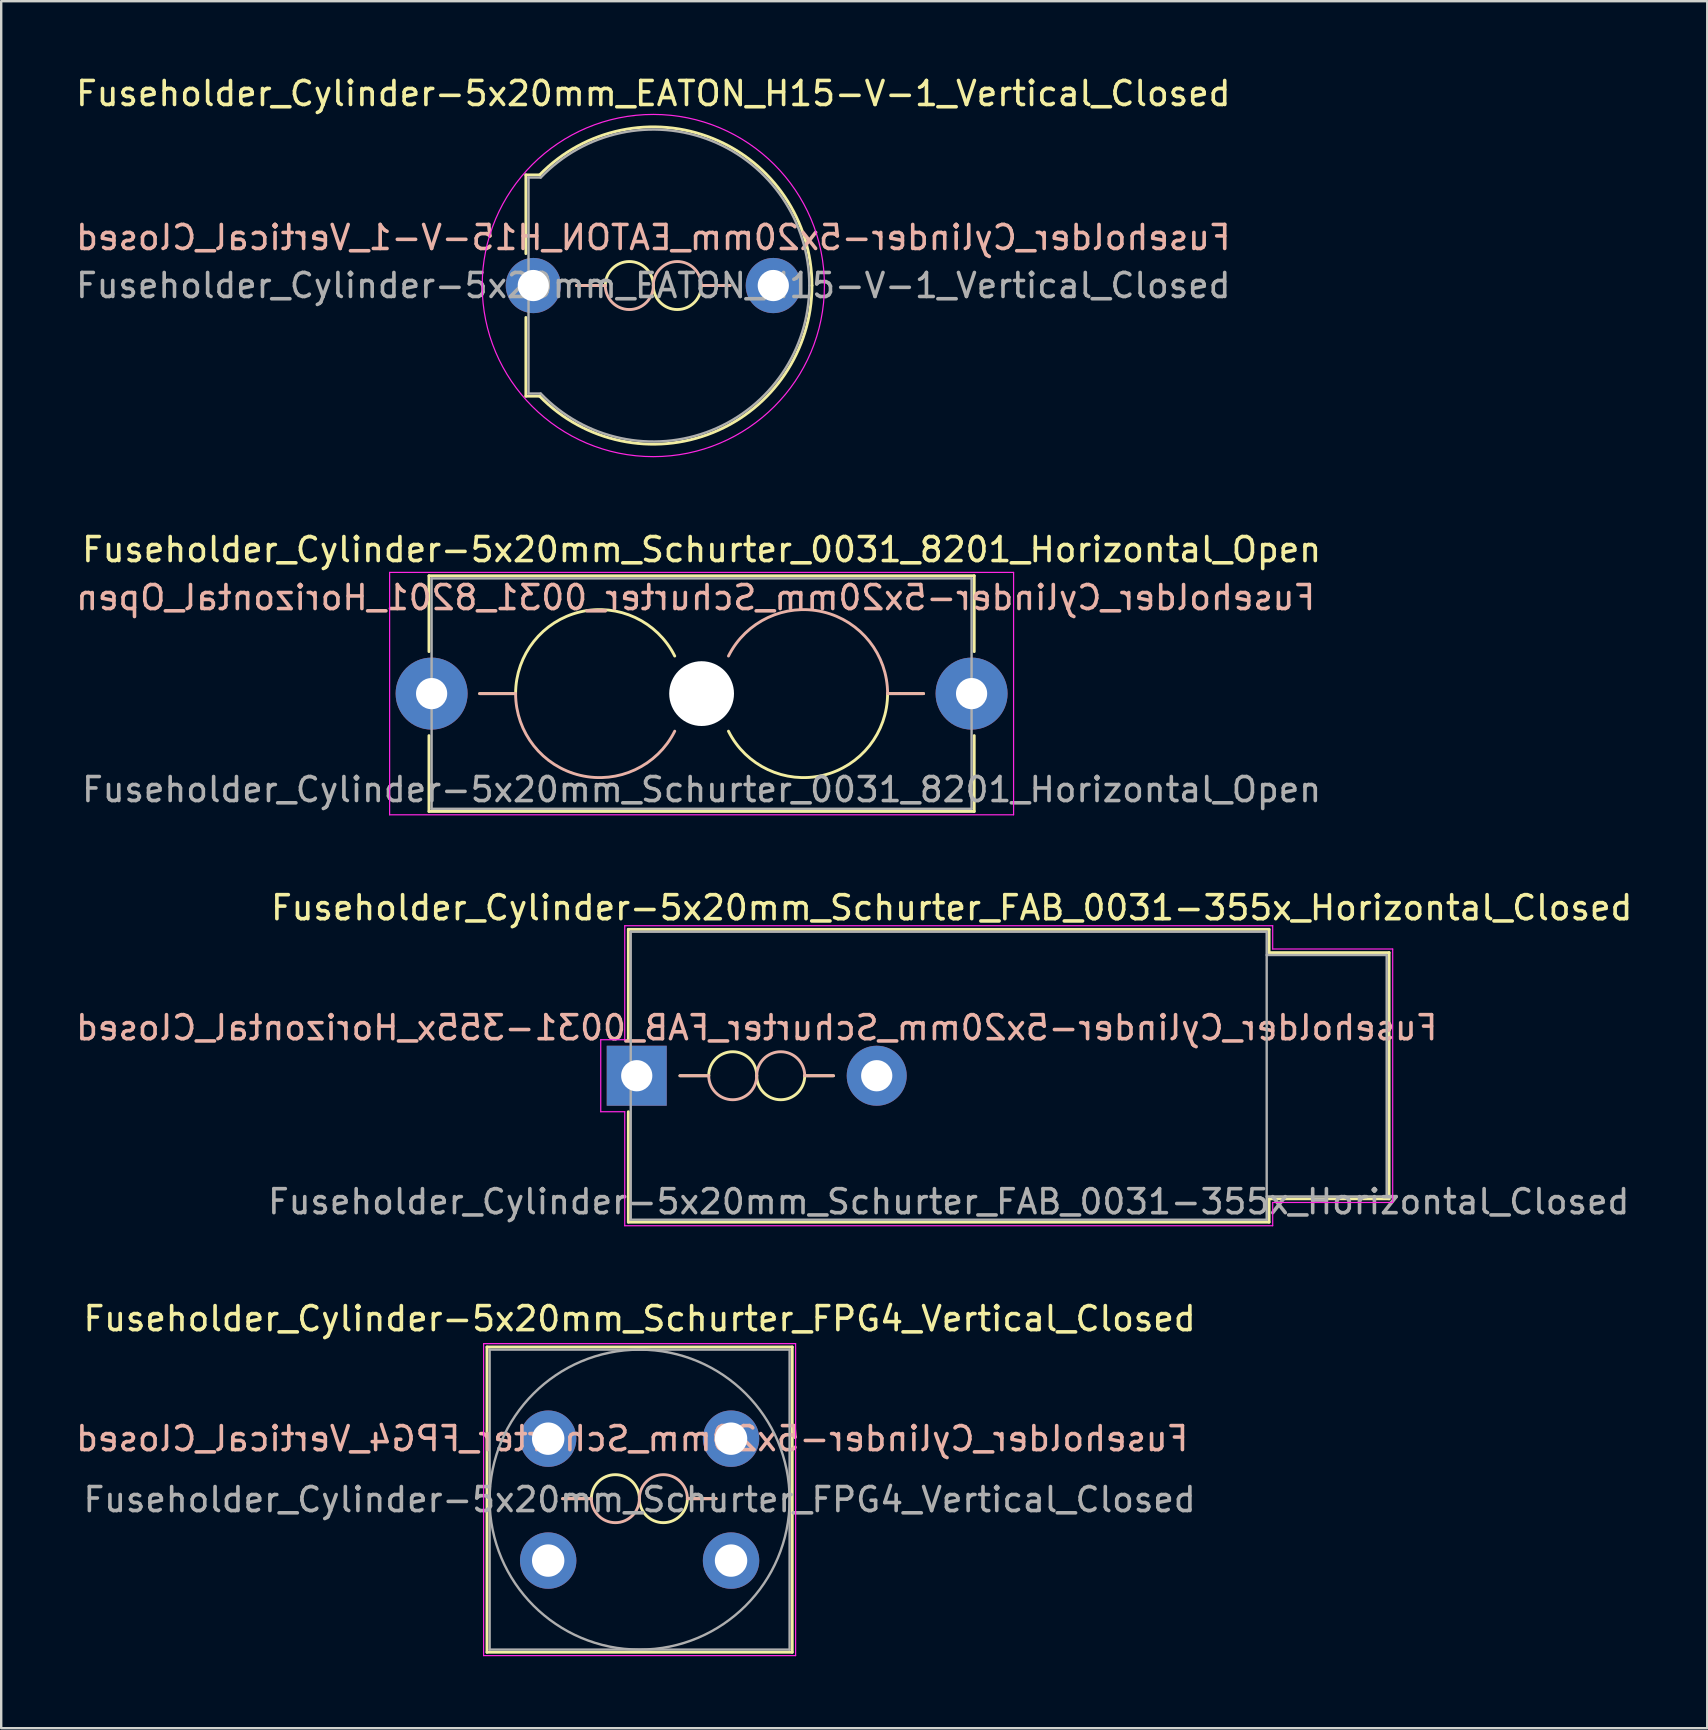
<source format=kicad_pcb>
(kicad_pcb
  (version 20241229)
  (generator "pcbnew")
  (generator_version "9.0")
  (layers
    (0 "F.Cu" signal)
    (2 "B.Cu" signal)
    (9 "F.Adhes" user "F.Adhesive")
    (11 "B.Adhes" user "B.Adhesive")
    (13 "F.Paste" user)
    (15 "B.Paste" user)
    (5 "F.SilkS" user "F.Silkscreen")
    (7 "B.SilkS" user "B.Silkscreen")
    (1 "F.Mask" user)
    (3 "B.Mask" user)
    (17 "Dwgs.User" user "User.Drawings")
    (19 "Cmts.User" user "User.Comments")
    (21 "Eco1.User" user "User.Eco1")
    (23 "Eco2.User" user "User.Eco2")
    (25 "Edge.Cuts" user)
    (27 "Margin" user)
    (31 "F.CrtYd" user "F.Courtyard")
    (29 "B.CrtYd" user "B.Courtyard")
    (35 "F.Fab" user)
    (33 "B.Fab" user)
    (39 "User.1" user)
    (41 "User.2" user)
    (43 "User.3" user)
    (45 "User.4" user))
  (footprint "Fuseholder_Cylinder-5x20mm_Schurter_FPG4_Vertical_Closed"
    (layer "F.Cu")
    (at 19.792 56.898)
    (property "Reference" "Fuseholder_Cylinder-5x20mm_Schurter_FPG4_Vertical_Closed" (at 3.81 -5 0) (layer "F.SilkS") (effects (font (size 1 1) (thickness 0.15))))
    (fp_line (start -2.55 -3.82) (end 10.17 -3.82) (stroke (width 0.12) (type solid)) (layer "F.SilkS"))
    (fp_line (start -2.55 8.9) (end -2.55 -3.82) (stroke (width 0.12) (type solid)) (layer "F.SilkS"))
    (fp_line (start 1.8 2.5) (end 0.6 2.5) (stroke (width 0.12) (type solid)) (layer "F.SilkS"))
    (fp_line (start 7 2.5) (end 5.8 2.5) (stroke (width 0.12) (type solid)) (layer "F.SilkS"))
    (fp_line (start 10.17 -3.82) (end 10.17 8.9) (stroke (width 0.12) (type solid)) (layer "F.SilkS"))
    (fp_line (start 10.17 8.9) (end -2.55 8.9) (stroke (width 0.12) (type solid)) (layer "F.SilkS"))
    (fp_arc (start 1.8 2.5) (mid 2.8 1.5) (end 3.8 2.5) (stroke (width 0.12) (type solid)) (layer "F.SilkS"))
    (fp_arc (start 5.8 2.5) (mid 4.8 3.5) (end 3.8 2.5) (stroke (width 0.12) (type solid)) (layer "F.SilkS"))
    (fp_line (start 0.6 2.5) (end 1.8 2.5) (stroke (width 0.12) (type solid)) (layer "B.SilkS"))
    (fp_line (start 5.8 2.5) (end 7 2.5) (stroke (width 0.12) (type solid)) (layer "B.SilkS"))
    (fp_arc (start 3.8 2.5) (mid 2.8 3.5) (end 1.8 2.5) (stroke (width 0.12) (type solid)) (layer "B.SilkS"))
    (fp_arc (start 3.8 2.5) (mid 4.8 1.5) (end 5.8 2.5) (stroke (width 0.12) (type solid)) (layer "B.SilkS"))
    (fp_line (start -2.69 -3.96) (end 10.31 -3.96) (stroke (width 0.05) (type solid)) (layer "F.CrtYd"))
    (fp_line (start -2.69 9.04) (end -2.69 -3.96) (stroke (width 0.05) (type solid)) (layer "F.CrtYd"))
    (fp_line (start 10.31 -3.96) (end 10.31 9.04) (stroke (width 0.05) (type solid)) (layer "F.CrtYd"))
    (fp_line (start 10.31 9.04) (end -2.69 9.04) (stroke (width 0.05) (type solid)) (layer "F.CrtYd"))
    (fp_line (start -2.44 -3.71) (end 10.06 -3.71) (stroke (width 0.1) (type solid)) (layer "F.Fab"))
    (fp_line (start -2.44 8.79) (end -2.44 -3.71) (stroke (width 0.1) (type solid)) (layer "F.Fab"))
    (fp_line (start 10.06 -3.71) (end 10.06 8.79) (stroke (width 0.1) (type solid)) (layer "F.Fab"))
    (fp_line (start 10.06 8.79) (end -2.44 8.79) (stroke (width 0.1) (type solid)) (layer "F.Fab"))
    (fp_circle (center 3.81 2.54) (end 10.06 2.54) (stroke (width 0.1) (type solid)) (fill no) (layer "F.Fab"))
    (fp_text user "${REFERENCE}" (at 3.5 0 0) (layer "B.SilkS") (effects (font (size 1 1) (thickness 0.15)) (justify mirror)))
    (fp_text user "${REFERENCE}" (at 3.81 2.54 0) (layer "F.Fab") (effects (font (size 1 1) (thickness 0.15))))
    (pad "1" thru_hole circle (at 0 0) (size 2.35 2.35) (drill 1.35) (layers "*.Cu" "*.Mask"))
    (pad "1" thru_hole circle (at 0 5.08) (size 2.35 2.35) (drill 1.35) (layers "*.Cu" "*.Mask"))
    (pad "2" thru_hole circle (at 7.62 0) (size 2.35 2.35) (drill 1.35) (layers "*.Cu" "*.Mask"))
    (pad "2" thru_hole circle (at 7.62 5.08) (size 2.35 2.35) (drill 1.35) (layers "*.Cu" "*.Mask")))
  (footprint "Fuseholder_Cylinder-5x20mm_EATON_H15-V-1_Vertical_Closed"
    (layer "F.Cu")
    (at 19.173 8.848)
    (property "Reference" "Fuseholder_Cylinder-5x20mm_EATON_H15-V-1_Vertical_Closed" (at 5 -8 0) (layer "F.SilkS") (effects (font (size 1 1) (thickness 0.15))))
    (fp_line (start -0.31 -4.61) (end -0.31 -1.33) (stroke (width 0.12) (type solid)) (layer "F.SilkS"))
    (fp_line (start -0.31 1.33) (end -0.31 4.61) (stroke (width 0.12) (type solid)) (layer "F.SilkS"))
    (fp_line (start 0.26 -4.61) (end -0.31 -4.61) (stroke (width 0.12) (type solid)) (layer "F.SilkS"))
    (fp_line (start 0.26 4.61) (end -0.31 4.61) (stroke (width 0.12) (type solid)) (layer "F.SilkS"))
    (fp_line (start 3 0) (end 1.8 0) (stroke (width 0.12) (type solid)) (layer "F.SilkS"))
    (fp_line (start 8.2 0) (end 7 0) (stroke (width 0.12) (type solid)) (layer "F.SilkS"))
    (fp_arc (start 0.261221 -4.608261) (mid 7.486842 -6.124354) (end 11.61 0) (stroke (width 0.12) (type solid)) (layer "F.SilkS"))
    (fp_arc (start 3 0) (mid 4 -1) (end 5 0) (stroke (width 0.12) (type solid)) (layer "F.SilkS"))
    (fp_arc (start 7 0) (mid 6 1) (end 5 0) (stroke (width 0.12) (type solid)) (layer "F.SilkS"))
    (fp_arc (start 11.61 0) (mid 7.486842 6.124354) (end 0.261221 4.608261) (stroke (width 0.12) (type solid)) (layer "F.SilkS"))
    (fp_line (start 3 0) (end 1.8 0) (stroke (width 0.12) (type solid)) (layer "B.SilkS"))
    (fp_line (start 8.2 0) (end 7 0) (stroke (width 0.12) (type solid)) (layer "B.SilkS"))
    (fp_arc (start 5 0) (mid 4 1) (end 3 0) (stroke (width 0.12) (type solid)) (layer "B.SilkS"))
    (fp_arc (start 5 0) (mid 6 -1) (end 7 0) (stroke (width 0.12) (type solid)) (layer "B.SilkS"))
    (fp_circle (center 5 0) (end 12.13 0) (stroke (width 0.05) (type solid)) (fill no) (layer "F.CrtYd"))
    (fp_line (start -0.2 -4.5) (end -0.2 4.5) (stroke (width 0.1) (type solid)) (layer "F.Fab"))
    (fp_line (start 0.3 -4.5) (end -0.2 -4.5) (stroke (width 0.1) (type solid)) (layer "F.Fab"))
    (fp_line (start 0.3 4.5) (end -0.2 4.5) (stroke (width 0.1) (type solid)) (layer "F.Fab"))
    (fp_arc (start 0.308559 -4.498931) (mid 7.424421 -6.030935) (end 11.5 0) (stroke (width 0.1) (type solid)) (layer "F.Fab"))
    (fp_arc (start 11.5 0) (mid 7.424421 6.030936) (end 0.308559 4.498931) (stroke (width 0.1) (type solid)) (layer "F.Fab"))
    (fp_text user "${REFERENCE}" (at 5 -2 0) (layer "B.SilkS") (effects (font (size 1 1) (thickness 0.15)) (justify mirror)))
    (fp_text user "${REFERENCE}" (at 5 0 0) (layer "F.Fab") (effects (font (size 1 1) (thickness 0.15))))
    (pad "1" thru_hole circle (at 0 0) (size 2.3 2.3) (drill 1.3) (layers "*.Cu" "*.Mask"))
    (pad "2" thru_hole circle (at 10 0) (size 2.3 2.3) (drill 1.3) (layers "*.Cu" "*.Mask")))
  (footprint "Fuseholder_Cylinder-5x20mm_Schurter_FAB_0031-355x_Horizontal_Closed"
    (layer "F.Cu")
    (at 23.482 41.775)
    (property "Reference" "Fuseholder_Cylinder-5x20mm_Schurter_FAB_0031-355x_Horizontal_Closed" (at 13.125 -7 0) (layer "F.SilkS") (effects (font (size 1 1) (thickness 0.15))))
    (fp_line (start -0.35 -6.1) (end -0.35 -1.5) (stroke (width 0.12) (type solid)) (layer "F.SilkS"))
    (fp_line (start -0.35 1.5) (end -0.35 6.1) (stroke (width 0.12) (type solid)) (layer "F.SilkS"))
    (fp_line (start -0.35 6.1) (end 26.35 6.1) (stroke (width 0.12) (type solid)) (layer "F.SilkS"))
    (fp_line (start 3 0) (end 1.8 0) (stroke (width 0.12) (type solid)) (layer "F.SilkS"))
    (fp_line (start 8.2 0) (end 7 0) (stroke (width 0.12) (type solid)) (layer "F.SilkS"))
    (fp_line (start 26.35 -6.1) (end -0.35 -6.1) (stroke (width 0.12) (type solid)) (layer "F.SilkS"))
    (fp_line (start 26.35 -5.13) (end 26.35 -6.1) (stroke (width 0.12) (type solid)) (layer "F.SilkS"))
    (fp_line (start 26.35 -5.13) (end 31.35 -5.13) (stroke (width 0.12) (type solid)) (layer "F.SilkS"))
    (fp_line (start 26.35 5.13) (end 26.35 6.1) (stroke (width 0.12) (type solid)) (layer "F.SilkS"))
    (fp_line (start 31.35 -5.13) (end 31.35 5.13) (stroke (width 0.12) (type solid)) (layer "F.SilkS"))
    (fp_line (start 31.35 5.13) (end 26.35 5.13) (stroke (width 0.12) (type solid)) (layer "F.SilkS"))
    (fp_arc (start 3 0) (mid 4 -1) (end 5 0) (stroke (width 0.12) (type solid)) (layer "F.SilkS"))
    (fp_arc (start 7 0) (mid 6 1) (end 5 0) (stroke (width 0.12) (type solid)) (layer "F.SilkS"))
    (fp_line (start 1.8 0) (end 3 0) (stroke (width 0.12) (type solid)) (layer "B.SilkS"))
    (fp_line (start 7 0) (end 8.2 0) (stroke (width 0.12) (type solid)) (layer "B.SilkS"))
    (fp_arc (start 5 0) (mid 4 1) (end 3 0) (stroke (width 0.12) (type solid)) (layer "B.SilkS"))
    (fp_arc (start 5 0) (mid 6 -1) (end 7 0) (stroke (width 0.12) (type solid)) (layer "B.SilkS"))
    (fp_line (start -1.5 -1.5) (end -1.5 1.5) (stroke (width 0.05) (type solid)) (layer "F.CrtYd"))
    (fp_line (start -1.5 1.5) (end -0.5 1.5) (stroke (width 0.05) (type solid)) (layer "F.CrtYd"))
    (fp_line (start -0.5 -6.25) (end -0.5 -1.5) (stroke (width 0.05) (type solid)) (layer "F.CrtYd"))
    (fp_line (start -0.5 -6.25) (end 26.5 -6.25) (stroke (width 0.05) (type solid)) (layer "F.CrtYd"))
    (fp_line (start -0.5 -1.5) (end -1.5 -1.5) (stroke (width 0.05) (type solid)) (layer "F.CrtYd"))
    (fp_line (start -0.5 1.5) (end -0.5 6.25) (stroke (width 0.05) (type solid)) (layer "F.CrtYd"))
    (fp_line (start 26.5 -6.25) (end 26.5 -5.28) (stroke (width 0.05) (type solid)) (layer "F.CrtYd"))
    (fp_line (start 26.5 5.28) (end 26.5 6.25) (stroke (width 0.05) (type solid)) (layer "F.CrtYd"))
    (fp_line (start 26.5 5.28) (end 31.5 5.28) (stroke (width 0.05) (type solid)) (layer "F.CrtYd"))
    (fp_line (start 26.5 6.25) (end -0.5 6.25) (stroke (width 0.05) (type solid)) (layer "F.CrtYd"))
    (fp_line (start 31.5 -5.28) (end 26.5 -5.28) (stroke (width 0.05) (type solid)) (layer "F.CrtYd"))
    (fp_line (start 31.5 5.28) (end 31.5 -5.28) (stroke (width 0.05) (type solid)) (layer "F.CrtYd"))
    (fp_line (start -0.25 -6) (end 26.25 -6) (stroke (width 0.1) (type solid)) (layer "F.Fab"))
    (fp_line (start -0.25 6) (end -0.25 -6) (stroke (width 0.1) (type solid)) (layer "F.Fab"))
    (fp_line (start 26.25 -6) (end 26.25 6) (stroke (width 0.1) (type solid)) (layer "F.Fab"))
    (fp_line (start 26.25 -5.03) (end 31.25 -5.03) (stroke (width 0.1) (type solid)) (layer "F.Fab"))
    (fp_line (start 26.25 6) (end -0.25 6) (stroke (width 0.1) (type solid)) (layer "F.Fab"))
    (fp_line (start 31.25 -5.03) (end 31.25 5.03) (stroke (width 0.1) (type solid)) (layer "F.Fab"))
    (fp_line (start 31.25 5.03) (end 26.25 5.03) (stroke (width 0.1) (type solid)) (layer "F.Fab"))
    (fp_text user "${REFERENCE}" (at 5 -2 0) (layer "B.SilkS") (effects (font (size 1 1) (thickness 0.15)) (justify mirror)))
    (fp_text user "${REFERENCE}" (at 13 5.25 0) (layer "F.Fab") (effects (font (size 1 1) (thickness 0.15))))
    (pad "1" thru_hole rect (at 0 0) (size 2.5 2.5) (drill 1.3) (layers "*.Cu" "*.Mask"))
    (pad "2" thru_hole circle (at 10 0) (size 2.5 2.5) (drill 1.3) (layers "*.Cu" "*.Mask")))
  (footprint "Fuseholder_Cylinder-5x20mm_Schurter_0031_8201_Horizontal_Open"
    (layer "F.Cu")
    (at 14.935 25.852)
    (property "Reference" "Fuseholder_Cylinder-5x20mm_Schurter_0031_8201_Horizontal_Open" (at 11.25 -6 0) (layer "F.SilkS") (effects (font (size 1 1) (thickness 0.15))))
    (fp_line (start -0.11 -4.91) (end 22.61 -4.91) (stroke (width 0.12) (type solid)) (layer "F.SilkS"))
    (fp_line (start -0.11 -1.75) (end -0.11 -4.91) (stroke (width 0.12) (type solid)) (layer "F.SilkS"))
    (fp_line (start -0.11 4.91) (end -0.11 1.75) (stroke (width 0.12) (type solid)) (layer "F.SilkS"))
    (fp_line (start -0.11 4.91) (end 22.61 4.91) (stroke (width 0.12) (type solid)) (layer "F.SilkS"))
    (fp_line (start 2 0) (end 3.5 0) (stroke (width 0.12) (type solid)) (layer "F.SilkS"))
    (fp_line (start 19.5 0) (end 19 0) (stroke (width 0.12) (type solid)) (layer "F.SilkS"))
    (fp_line (start 20.5 0) (end 19.5 0) (stroke (width 0.12) (type solid)) (layer "F.SilkS"))
    (fp_line (start 22.61 -1.75) (end 22.61 -4.91) (stroke (width 0.12) (type solid)) (layer "F.SilkS"))
    (fp_line (start 22.61 4.91) (end 22.61 1.75) (stroke (width 0.12) (type solid)) (layer "F.SilkS"))
    (fp_arc (start 3.5 0) (mid 6.195865 -3.406371) (end 10.130495 -1.565248) (stroke (width 0.12) (type solid)) (layer "F.SilkS"))
    (fp_arc (start 19 0) (mid 16.304135 3.406371) (end 12.369505 1.565248) (stroke (width 0.12) (type solid)) (layer "F.SilkS"))
    (fp_line (start 2 0) (end 3.5 0) (stroke (width 0.12) (type solid)) (layer "B.SilkS"))
    (fp_line (start 19.5 0) (end 19 0) (stroke (width 0.12) (type solid)) (layer "B.SilkS"))
    (fp_line (start 20.5 0) (end 19.5 0) (stroke (width 0.12) (type solid)) (layer "B.SilkS"))
    (fp_arc (start 10.130495 1.565248) (mid 6.195865 3.406371) (end 3.5 0) (stroke (width 0.12) (type solid)) (layer "B.SilkS"))
    (fp_arc (start 12.369505 -1.565248) (mid 16.304135 -3.406371) (end 19 0) (stroke (width 0.12) (type solid)) (layer "B.SilkS"))
    (fp_line (start -1.75 -5.05) (end 24.25 -5.05) (stroke (width 0.05) (type solid)) (layer "F.CrtYd"))
    (fp_line (start -1.75 5.05) (end -1.75 -5.05) (stroke (width 0.05) (type solid)) (layer "F.CrtYd"))
    (fp_line (start 24.25 -5.05) (end 24.25 5.05) (stroke (width 0.05) (type solid)) (layer "F.CrtYd"))
    (fp_line (start 24.25 5.05) (end -1.75 5.05) (stroke (width 0.05) (type solid)) (layer "F.CrtYd"))
    (fp_line (start 0 -4.8) (end 0 4.8) (stroke (width 0.1) (type solid)) (layer "F.Fab"))
    (fp_line (start 0 4.8) (end 22.5 4.8) (stroke (width 0.1) (type solid)) (layer "F.Fab"))
    (fp_line (start 22.5 -4.8) (end 0 -4.8) (stroke (width 0.1) (type solid)) (layer "F.Fab"))
    (fp_line (start 22.5 4.8) (end 22.5 -4.8) (stroke (width 0.1) (type solid)) (layer "F.Fab"))
    (fp_text user "${REFERENCE}" (at 11 -4 0) (layer "B.SilkS") (effects (font (size 1 1) (thickness 0.15)) (justify mirror)))
    (fp_text user "${REFERENCE}" (at 11.25 4 0) (layer "F.Fab") (effects (font (size 1 1) (thickness 0.15))))
    (pad "" np_thru_hole circle (at 11.25 0) (size 2.7 2.7) (drill 2.7) (layers "*.Cu" "*.Mask"))
    (pad "1" thru_hole circle (at 0 0) (size 3 3) (drill 1.3) (layers "*.Cu" "*.Mask"))
    (pad "2" thru_hole circle (at 22.5 0) (size 3 3) (drill 1.3) (layers "*.Cu" "*.Mask")))
  (gr_rect
    (start -3 -3)
    (end 68.089 68.963)
    (stroke (width 0.1) (type default))
    (fill no)
    (layer "Edge.Cuts")))
</source>
